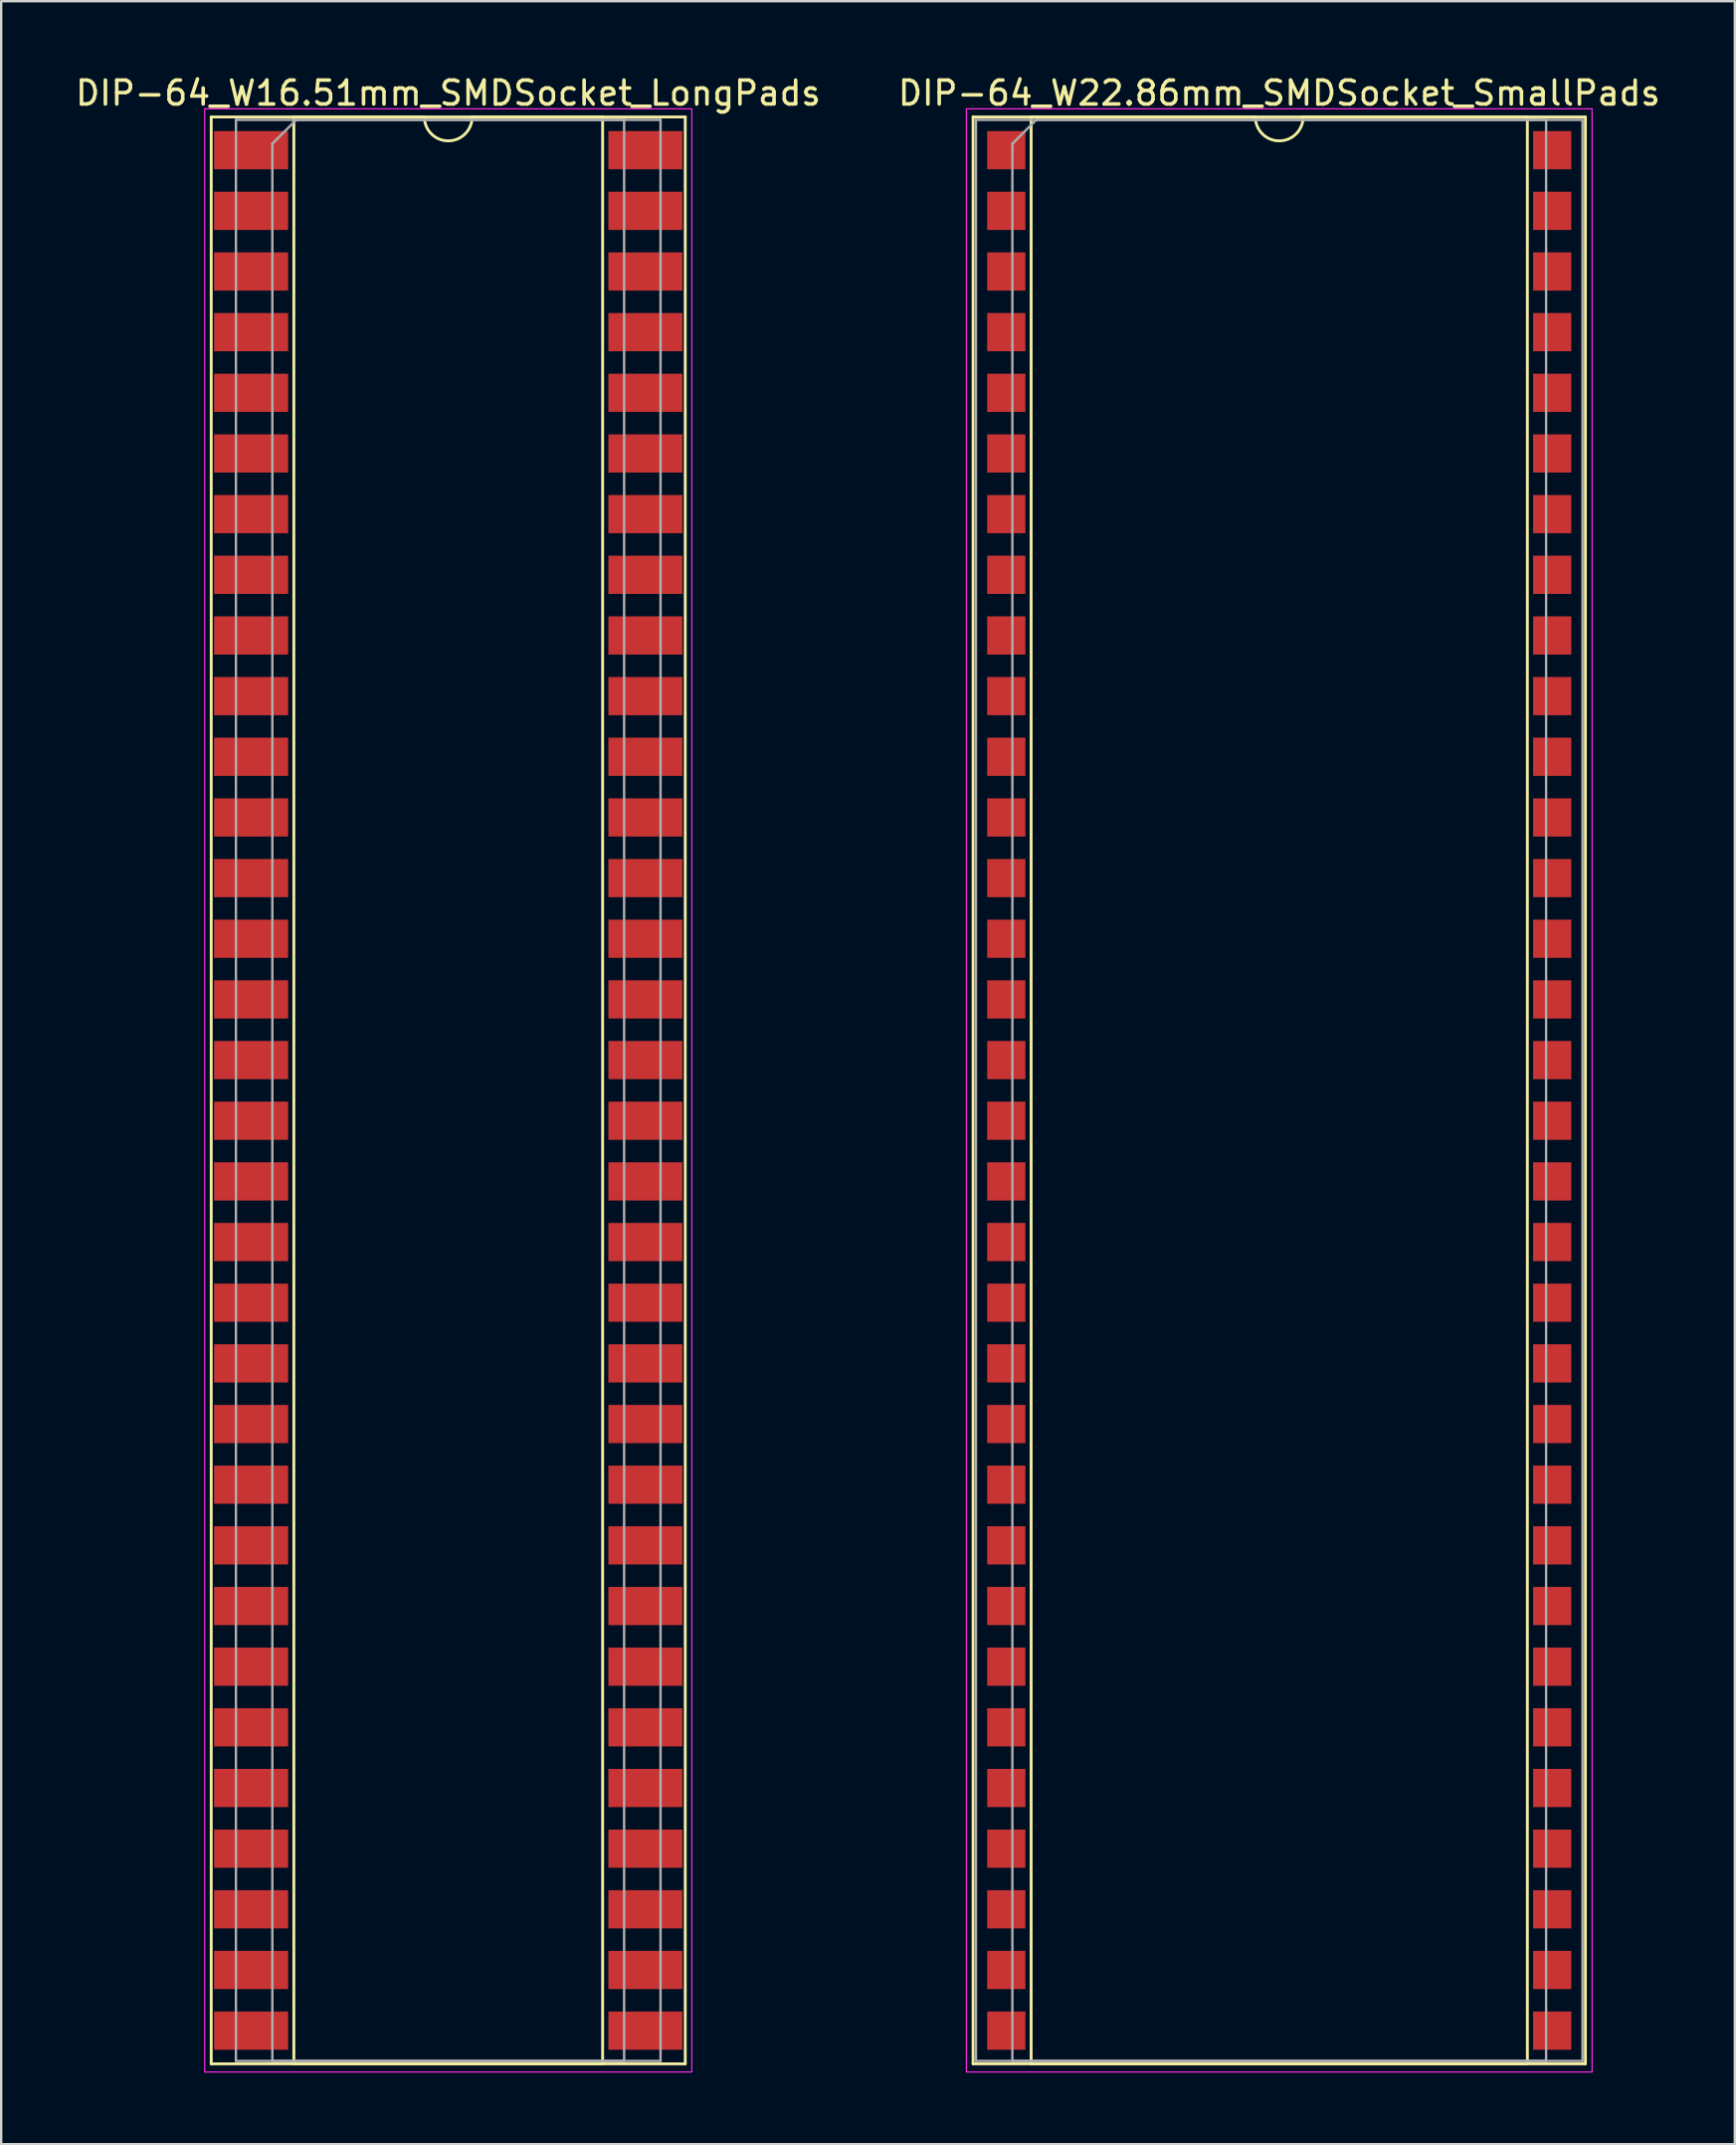
<source format=kicad_pcb>
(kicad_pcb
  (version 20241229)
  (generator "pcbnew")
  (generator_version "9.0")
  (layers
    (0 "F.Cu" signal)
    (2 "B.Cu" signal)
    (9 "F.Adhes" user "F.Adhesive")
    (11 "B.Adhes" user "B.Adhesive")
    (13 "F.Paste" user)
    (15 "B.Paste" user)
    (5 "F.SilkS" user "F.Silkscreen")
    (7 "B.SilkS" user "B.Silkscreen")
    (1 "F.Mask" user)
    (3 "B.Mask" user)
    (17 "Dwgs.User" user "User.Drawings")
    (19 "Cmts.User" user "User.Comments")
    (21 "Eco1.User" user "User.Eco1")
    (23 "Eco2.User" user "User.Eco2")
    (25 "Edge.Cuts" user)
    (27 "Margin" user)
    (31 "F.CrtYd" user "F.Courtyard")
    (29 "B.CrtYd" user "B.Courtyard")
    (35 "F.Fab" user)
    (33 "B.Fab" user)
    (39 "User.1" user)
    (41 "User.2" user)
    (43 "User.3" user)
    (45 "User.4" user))
  (footprint "DIP-64_W22.86mm_SMDSocket_SmallPads"
    (layer "F.Cu")
    (at 50.518 42.608)
    (property "Reference" "DIP-64_W22.86mm_SMDSocket_SmallPads" (at 0 -41.76 0) (layer "F.SilkS") (effects (font (size 1 1) (thickness 0.15))))
    (attr smd)
    (fp_line (start -12.82 -40.76) (end -12.82 40.76) (stroke (width 0.12) (type solid)) (layer "F.SilkS"))
    (fp_line (start -12.82 40.76) (end 12.82 40.76) (stroke (width 0.12) (type solid)) (layer "F.SilkS"))
    (fp_line (start -10.39 -40.76) (end -10.39 40.76) (stroke (width 0.12) (type solid)) (layer "F.SilkS"))
    (fp_line (start -10.39 40.76) (end 10.39 40.76) (stroke (width 0.12) (type solid)) (layer "F.SilkS"))
    (fp_line (start -1 -40.76) (end -10.39 -40.76) (stroke (width 0.12) (type solid)) (layer "F.SilkS"))
    (fp_line (start 10.39 -40.76) (end 1 -40.76) (stroke (width 0.12) (type solid)) (layer "F.SilkS"))
    (fp_line (start 10.39 40.76) (end 10.39 -40.76) (stroke (width 0.12) (type solid)) (layer "F.SilkS"))
    (fp_line (start 12.82 -40.76) (end -12.82 -40.76) (stroke (width 0.12) (type solid)) (layer "F.SilkS"))
    (fp_line (start 12.82 40.76) (end 12.82 -40.76) (stroke (width 0.12) (type solid)) (layer "F.SilkS"))
    (fp_arc (start 1 -40.76) (mid 0 -39.76) (end -1 -40.76) (stroke (width 0.12) (type solid)) (layer "F.SilkS"))
    (fp_line (start -13.1 -41.1) (end -13.1 41.1) (stroke (width 0.05) (type solid)) (layer "F.CrtYd"))
    (fp_line (start -13.1 41.1) (end 13.1 41.1) (stroke (width 0.05) (type solid)) (layer "F.CrtYd"))
    (fp_line (start 13.1 -41.1) (end -13.1 -41.1) (stroke (width 0.05) (type solid)) (layer "F.CrtYd"))
    (fp_line (start 13.1 41.1) (end 13.1 -41.1) (stroke (width 0.05) (type solid)) (layer "F.CrtYd"))
    (fp_line (start -12.7 -40.64) (end -12.7 40.64) (stroke (width 0.1) (type solid)) (layer "F.Fab"))
    (fp_line (start -12.7 40.64) (end 12.7 40.64) (stroke (width 0.1) (type solid)) (layer "F.Fab"))
    (fp_line (start -11.175 -39.64) (end -10.175 -40.64) (stroke (width 0.1) (type solid)) (layer "F.Fab"))
    (fp_line (start -11.175 40.64) (end -11.175 -39.64) (stroke (width 0.1) (type solid)) (layer "F.Fab"))
    (fp_line (start -10.175 -40.64) (end 11.175 -40.64) (stroke (width 0.1) (type solid)) (layer "F.Fab"))
    (fp_line (start 11.175 -40.64) (end 11.175 40.64) (stroke (width 0.1) (type solid)) (layer "F.Fab"))
    (fp_line (start 11.175 40.64) (end -11.175 40.64) (stroke (width 0.1) (type solid)) (layer "F.Fab"))
    (fp_line (start 12.7 -40.64) (end -12.7 -40.64) (stroke (width 0.1) (type solid)) (layer "F.Fab"))
    (fp_line (start 12.7 40.64) (end 12.7 -40.64) (stroke (width 0.1) (type solid)) (layer "F.Fab"))
    (pad "1" smd rect (at -11.43 -39.37) (size 1.6 1.6) (layers "F.Cu" "F.Mask"))
    (pad "2" smd rect (at -11.43 -36.83) (size 1.6 1.6) (layers "F.Cu" "F.Mask"))
    (pad "3" smd rect (at -11.43 -34.29) (size 1.6 1.6) (layers "F.Cu" "F.Mask"))
    (pad "4" smd rect (at -11.43 -31.75) (size 1.6 1.6) (layers "F.Cu" "F.Mask"))
    (pad "5" smd rect (at -11.43 -29.21) (size 1.6 1.6) (layers "F.Cu" "F.Mask"))
    (pad "6" smd rect (at -11.43 -26.67) (size 1.6 1.6) (layers "F.Cu" "F.Mask"))
    (pad "7" smd rect (at -11.43 -24.13) (size 1.6 1.6) (layers "F.Cu" "F.Mask"))
    (pad "8" smd rect (at -11.43 -21.59) (size 1.6 1.6) (layers "F.Cu" "F.Mask"))
    (pad "9" smd rect (at -11.43 -19.05) (size 1.6 1.6) (layers "F.Cu" "F.Mask"))
    (pad "10" smd rect (at -11.43 -16.51) (size 1.6 1.6) (layers "F.Cu" "F.Mask"))
    (pad "11" smd rect (at -11.43 -13.97) (size 1.6 1.6) (layers "F.Cu" "F.Mask"))
    (pad "12" smd rect (at -11.43 -11.43) (size 1.6 1.6) (layers "F.Cu" "F.Mask"))
    (pad "13" smd rect (at -11.43 -8.89) (size 1.6 1.6) (layers "F.Cu" "F.Mask"))
    (pad "14" smd rect (at -11.43 -6.35) (size 1.6 1.6) (layers "F.Cu" "F.Mask"))
    (pad "15" smd rect (at -11.43 -3.81) (size 1.6 1.6) (layers "F.Cu" "F.Mask"))
    (pad "16" smd rect (at -11.43 -1.27) (size 1.6 1.6) (layers "F.Cu" "F.Mask"))
    (pad "17" smd rect (at -11.43 1.27) (size 1.6 1.6) (layers "F.Cu" "F.Mask"))
    (pad "18" smd rect (at -11.43 3.81) (size 1.6 1.6) (layers "F.Cu" "F.Mask"))
    (pad "19" smd rect (at -11.43 6.35) (size 1.6 1.6) (layers "F.Cu" "F.Mask"))
    (pad "20" smd rect (at -11.43 8.89) (size 1.6 1.6) (layers "F.Cu" "F.Mask"))
    (pad "21" smd rect (at -11.43 11.43) (size 1.6 1.6) (layers "F.Cu" "F.Mask"))
    (pad "22" smd rect (at -11.43 13.97) (size 1.6 1.6) (layers "F.Cu" "F.Mask"))
    (pad "23" smd rect (at -11.43 16.51) (size 1.6 1.6) (layers "F.Cu" "F.Mask"))
    (pad "24" smd rect (at -11.43 19.05) (size 1.6 1.6) (layers "F.Cu" "F.Mask"))
    (pad "25" smd rect (at -11.43 21.59) (size 1.6 1.6) (layers "F.Cu" "F.Mask"))
    (pad "26" smd rect (at -11.43 24.13) (size 1.6 1.6) (layers "F.Cu" "F.Mask"))
    (pad "27" smd rect (at -11.43 26.67) (size 1.6 1.6) (layers "F.Cu" "F.Mask"))
    (pad "28" smd rect (at -11.43 29.21) (size 1.6 1.6) (layers "F.Cu" "F.Mask"))
    (pad "29" smd rect (at -11.43 31.75) (size 1.6 1.6) (layers "F.Cu" "F.Mask"))
    (pad "30" smd rect (at -11.43 34.29) (size 1.6 1.6) (layers "F.Cu" "F.Mask"))
    (pad "31" smd rect (at -11.43 36.83) (size 1.6 1.6) (layers "F.Cu" "F.Mask"))
    (pad "32" smd rect (at -11.43 39.37) (size 1.6 1.6) (layers "F.Cu" "F.Mask"))
    (pad "33" smd rect (at 11.43 39.37) (size 1.6 1.6) (layers "F.Cu" "F.Mask"))
    (pad "34" smd rect (at 11.43 36.83) (size 1.6 1.6) (layers "F.Cu" "F.Mask"))
    (pad "35" smd rect (at 11.43 34.29) (size 1.6 1.6) (layers "F.Cu" "F.Mask"))
    (pad "36" smd rect (at 11.43 31.75) (size 1.6 1.6) (layers "F.Cu" "F.Mask"))
    (pad "37" smd rect (at 11.43 29.21) (size 1.6 1.6) (layers "F.Cu" "F.Mask"))
    (pad "38" smd rect (at 11.43 26.67) (size 1.6 1.6) (layers "F.Cu" "F.Mask"))
    (pad "39" smd rect (at 11.43 24.13) (size 1.6 1.6) (layers "F.Cu" "F.Mask"))
    (pad "40" smd rect (at 11.43 21.59) (size 1.6 1.6) (layers "F.Cu" "F.Mask"))
    (pad "41" smd rect (at 11.43 19.05) (size 1.6 1.6) (layers "F.Cu" "F.Mask"))
    (pad "42" smd rect (at 11.43 16.51) (size 1.6 1.6) (layers "F.Cu" "F.Mask"))
    (pad "43" smd rect (at 11.43 13.97) (size 1.6 1.6) (layers "F.Cu" "F.Mask"))
    (pad "44" smd rect (at 11.43 11.43) (size 1.6 1.6) (layers "F.Cu" "F.Mask"))
    (pad "45" smd rect (at 11.43 8.89) (size 1.6 1.6) (layers "F.Cu" "F.Mask"))
    (pad "46" smd rect (at 11.43 6.35) (size 1.6 1.6) (layers "F.Cu" "F.Mask"))
    (pad "47" smd rect (at 11.43 3.81) (size 1.6 1.6) (layers "F.Cu" "F.Mask"))
    (pad "48" smd rect (at 11.43 1.27) (size 1.6 1.6) (layers "F.Cu" "F.Mask"))
    (pad "49" smd rect (at 11.43 -1.27) (size 1.6 1.6) (layers "F.Cu" "F.Mask"))
    (pad "50" smd rect (at 11.43 -3.81) (size 1.6 1.6) (layers "F.Cu" "F.Mask"))
    (pad "51" smd rect (at 11.43 -6.35) (size 1.6 1.6) (layers "F.Cu" "F.Mask"))
    (pad "52" smd rect (at 11.43 -8.89) (size 1.6 1.6) (layers "F.Cu" "F.Mask"))
    (pad "53" smd rect (at 11.43 -11.43) (size 1.6 1.6) (layers "F.Cu" "F.Mask"))
    (pad "54" smd rect (at 11.43 -13.97) (size 1.6 1.6) (layers "F.Cu" "F.Mask"))
    (pad "55" smd rect (at 11.43 -16.51) (size 1.6 1.6) (layers "F.Cu" "F.Mask"))
    (pad "56" smd rect (at 11.43 -19.05) (size 1.6 1.6) (layers "F.Cu" "F.Mask"))
    (pad "57" smd rect (at 11.43 -21.59) (size 1.6 1.6) (layers "F.Cu" "F.Mask"))
    (pad "58" smd rect (at 11.43 -24.13) (size 1.6 1.6) (layers "F.Cu" "F.Mask"))
    (pad "59" smd rect (at 11.43 -26.67) (size 1.6 1.6) (layers "F.Cu" "F.Mask"))
    (pad "60" smd rect (at 11.43 -29.21) (size 1.6 1.6) (layers "F.Cu" "F.Mask"))
    (pad "61" smd rect (at 11.43 -31.75) (size 1.6 1.6) (layers "F.Cu" "F.Mask"))
    (pad "62" smd rect (at 11.43 -34.29) (size 1.6 1.6) (layers "F.Cu" "F.Mask"))
    (pad "63" smd rect (at 11.43 -36.83) (size 1.6 1.6) (layers "F.Cu" "F.Mask"))
    (pad "64" smd rect (at 11.43 -39.37) (size 1.6 1.6) (layers "F.Cu" "F.Mask")))
  (footprint "DIP-64_W16.51mm_SMDSocket_LongPads"
    (layer "F.Cu")
    (at 15.72 42.608)
    (property "Reference" "DIP-64_W16.51mm_SMDSocket_LongPads" (at 0 -41.76 0) (layer "F.SilkS") (effects (font (size 1 1) (thickness 0.15))))
    (attr smd)
    (fp_line (start -9.925 -40.76) (end -9.925 40.76) (stroke (width 0.12) (type solid)) (layer "F.SilkS"))
    (fp_line (start -9.925 40.76) (end 9.925 40.76) (stroke (width 0.12) (type solid)) (layer "F.SilkS"))
    (fp_line (start -6.465 -40.76) (end -6.465 40.76) (stroke (width 0.12) (type solid)) (layer "F.SilkS"))
    (fp_line (start -6.465 40.76) (end 6.465 40.76) (stroke (width 0.12) (type solid)) (layer "F.SilkS"))
    (fp_line (start -1 -40.76) (end -6.465 -40.76) (stroke (width 0.12) (type solid)) (layer "F.SilkS"))
    (fp_line (start 6.465 -40.76) (end 1 -40.76) (stroke (width 0.12) (type solid)) (layer "F.SilkS"))
    (fp_line (start 6.465 40.76) (end 6.465 -40.76) (stroke (width 0.12) (type solid)) (layer "F.SilkS"))
    (fp_line (start 9.925 -40.76) (end -9.925 -40.76) (stroke (width 0.12) (type solid)) (layer "F.SilkS"))
    (fp_line (start 9.925 40.76) (end 9.925 -40.76) (stroke (width 0.12) (type solid)) (layer "F.SilkS"))
    (fp_arc (start 1 -40.76) (mid 0 -39.76) (end -1 -40.76) (stroke (width 0.12) (type solid)) (layer "F.SilkS"))
    (fp_line (start -10.2 -41.1) (end -10.2 41.1) (stroke (width 0.05) (type solid)) (layer "F.CrtYd"))
    (fp_line (start -10.2 41.1) (end 10.2 41.1) (stroke (width 0.05) (type solid)) (layer "F.CrtYd"))
    (fp_line (start 10.2 -41.1) (end -10.2 -41.1) (stroke (width 0.05) (type solid)) (layer "F.CrtYd"))
    (fp_line (start 10.2 41.1) (end 10.2 -41.1) (stroke (width 0.05) (type solid)) (layer "F.CrtYd"))
    (fp_line (start -8.89 -40.64) (end -8.89 40.64) (stroke (width 0.1) (type solid)) (layer "F.Fab"))
    (fp_line (start -8.89 40.64) (end 8.89 40.64) (stroke (width 0.1) (type solid)) (layer "F.Fab"))
    (fp_line (start -7.365 -39.64) (end -6.365 -40.64) (stroke (width 0.1) (type solid)) (layer "F.Fab"))
    (fp_line (start -7.365 40.64) (end -7.365 -39.64) (stroke (width 0.1) (type solid)) (layer "F.Fab"))
    (fp_line (start -6.365 -40.64) (end 7.365 -40.64) (stroke (width 0.1) (type solid)) (layer "F.Fab"))
    (fp_line (start 7.365 -40.64) (end 7.365 40.64) (stroke (width 0.1) (type solid)) (layer "F.Fab"))
    (fp_line (start 7.365 40.64) (end -7.365 40.64) (stroke (width 0.1) (type solid)) (layer "F.Fab"))
    (fp_line (start 8.89 -40.64) (end -8.89 -40.64) (stroke (width 0.1) (type solid)) (layer "F.Fab"))
    (fp_line (start 8.89 40.64) (end 8.89 -40.64) (stroke (width 0.1) (type solid)) (layer "F.Fab"))
    (pad "1" smd rect (at -8.255 -39.37) (size 3.1 1.6) (layers "F.Cu" "F.Mask"))
    (pad "2" smd rect (at -8.255 -36.83) (size 3.1 1.6) (layers "F.Cu" "F.Mask"))
    (pad "3" smd rect (at -8.255 -34.29) (size 3.1 1.6) (layers "F.Cu" "F.Mask"))
    (pad "4" smd rect (at -8.255 -31.75) (size 3.1 1.6) (layers "F.Cu" "F.Mask"))
    (pad "5" smd rect (at -8.255 -29.21) (size 3.1 1.6) (layers "F.Cu" "F.Mask"))
    (pad "6" smd rect (at -8.255 -26.67) (size 3.1 1.6) (layers "F.Cu" "F.Mask"))
    (pad "7" smd rect (at -8.255 -24.13) (size 3.1 1.6) (layers "F.Cu" "F.Mask"))
    (pad "8" smd rect (at -8.255 -21.59) (size 3.1 1.6) (layers "F.Cu" "F.Mask"))
    (pad "9" smd rect (at -8.255 -19.05) (size 3.1 1.6) (layers "F.Cu" "F.Mask"))
    (pad "10" smd rect (at -8.255 -16.51) (size 3.1 1.6) (layers "F.Cu" "F.Mask"))
    (pad "11" smd rect (at -8.255 -13.97) (size 3.1 1.6) (layers "F.Cu" "F.Mask"))
    (pad "12" smd rect (at -8.255 -11.43) (size 3.1 1.6) (layers "F.Cu" "F.Mask"))
    (pad "13" smd rect (at -8.255 -8.89) (size 3.1 1.6) (layers "F.Cu" "F.Mask"))
    (pad "14" smd rect (at -8.255 -6.35) (size 3.1 1.6) (layers "F.Cu" "F.Mask"))
    (pad "15" smd rect (at -8.255 -3.81) (size 3.1 1.6) (layers "F.Cu" "F.Mask"))
    (pad "16" smd rect (at -8.255 -1.27) (size 3.1 1.6) (layers "F.Cu" "F.Mask"))
    (pad "17" smd rect (at -8.255 1.27) (size 3.1 1.6) (layers "F.Cu" "F.Mask"))
    (pad "18" smd rect (at -8.255 3.81) (size 3.1 1.6) (layers "F.Cu" "F.Mask"))
    (pad "19" smd rect (at -8.255 6.35) (size 3.1 1.6) (layers "F.Cu" "F.Mask"))
    (pad "20" smd rect (at -8.255 8.89) (size 3.1 1.6) (layers "F.Cu" "F.Mask"))
    (pad "21" smd rect (at -8.255 11.43) (size 3.1 1.6) (layers "F.Cu" "F.Mask"))
    (pad "22" smd rect (at -8.255 13.97) (size 3.1 1.6) (layers "F.Cu" "F.Mask"))
    (pad "23" smd rect (at -8.255 16.51) (size 3.1 1.6) (layers "F.Cu" "F.Mask"))
    (pad "24" smd rect (at -8.255 19.05) (size 3.1 1.6) (layers "F.Cu" "F.Mask"))
    (pad "25" smd rect (at -8.255 21.59) (size 3.1 1.6) (layers "F.Cu" "F.Mask"))
    (pad "26" smd rect (at -8.255 24.13) (size 3.1 1.6) (layers "F.Cu" "F.Mask"))
    (pad "27" smd rect (at -8.255 26.67) (size 3.1 1.6) (layers "F.Cu" "F.Mask"))
    (pad "28" smd rect (at -8.255 29.21) (size 3.1 1.6) (layers "F.Cu" "F.Mask"))
    (pad "29" smd rect (at -8.255 31.75) (size 3.1 1.6) (layers "F.Cu" "F.Mask"))
    (pad "30" smd rect (at -8.255 34.29) (size 3.1 1.6) (layers "F.Cu" "F.Mask"))
    (pad "31" smd rect (at -8.255 36.83) (size 3.1 1.6) (layers "F.Cu" "F.Mask"))
    (pad "32" smd rect (at -8.255 39.37) (size 3.1 1.6) (layers "F.Cu" "F.Mask"))
    (pad "33" smd rect (at 8.255 39.37) (size 3.1 1.6) (layers "F.Cu" "F.Mask"))
    (pad "34" smd rect (at 8.255 36.83) (size 3.1 1.6) (layers "F.Cu" "F.Mask"))
    (pad "35" smd rect (at 8.255 34.29) (size 3.1 1.6) (layers "F.Cu" "F.Mask"))
    (pad "36" smd rect (at 8.255 31.75) (size 3.1 1.6) (layers "F.Cu" "F.Mask"))
    (pad "37" smd rect (at 8.255 29.21) (size 3.1 1.6) (layers "F.Cu" "F.Mask"))
    (pad "38" smd rect (at 8.255 26.67) (size 3.1 1.6) (layers "F.Cu" "F.Mask"))
    (pad "39" smd rect (at 8.255 24.13) (size 3.1 1.6) (layers "F.Cu" "F.Mask"))
    (pad "40" smd rect (at 8.255 21.59) (size 3.1 1.6) (layers "F.Cu" "F.Mask"))
    (pad "41" smd rect (at 8.255 19.05) (size 3.1 1.6) (layers "F.Cu" "F.Mask"))
    (pad "42" smd rect (at 8.255 16.51) (size 3.1 1.6) (layers "F.Cu" "F.Mask"))
    (pad "43" smd rect (at 8.255 13.97) (size 3.1 1.6) (layers "F.Cu" "F.Mask"))
    (pad "44" smd rect (at 8.255 11.43) (size 3.1 1.6) (layers "F.Cu" "F.Mask"))
    (pad "45" smd rect (at 8.255 8.89) (size 3.1 1.6) (layers "F.Cu" "F.Mask"))
    (pad "46" smd rect (at 8.255 6.35) (size 3.1 1.6) (layers "F.Cu" "F.Mask"))
    (pad "47" smd rect (at 8.255 3.81) (size 3.1 1.6) (layers "F.Cu" "F.Mask"))
    (pad "48" smd rect (at 8.255 1.27) (size 3.1 1.6) (layers "F.Cu" "F.Mask"))
    (pad "49" smd rect (at 8.255 -1.27) (size 3.1 1.6) (layers "F.Cu" "F.Mask"))
    (pad "50" smd rect (at 8.255 -3.81) (size 3.1 1.6) (layers "F.Cu" "F.Mask"))
    (pad "51" smd rect (at 8.255 -6.35) (size 3.1 1.6) (layers "F.Cu" "F.Mask"))
    (pad "52" smd rect (at 8.255 -8.89) (size 3.1 1.6) (layers "F.Cu" "F.Mask"))
    (pad "53" smd rect (at 8.255 -11.43) (size 3.1 1.6) (layers "F.Cu" "F.Mask"))
    (pad "54" smd rect (at 8.255 -13.97) (size 3.1 1.6) (layers "F.Cu" "F.Mask"))
    (pad "55" smd rect (at 8.255 -16.51) (size 3.1 1.6) (layers "F.Cu" "F.Mask"))
    (pad "56" smd rect (at 8.255 -19.05) (size 3.1 1.6) (layers "F.Cu" "F.Mask"))
    (pad "57" smd rect (at 8.255 -21.59) (size 3.1 1.6) (layers "F.Cu" "F.Mask"))
    (pad "58" smd rect (at 8.255 -24.13) (size 3.1 1.6) (layers "F.Cu" "F.Mask"))
    (pad "59" smd rect (at 8.255 -26.67) (size 3.1 1.6) (layers "F.Cu" "F.Mask"))
    (pad "60" smd rect (at 8.255 -29.21) (size 3.1 1.6) (layers "F.Cu" "F.Mask"))
    (pad "61" smd rect (at 8.255 -31.75) (size 3.1 1.6) (layers "F.Cu" "F.Mask"))
    (pad "62" smd rect (at 8.255 -34.29) (size 3.1 1.6) (layers "F.Cu" "F.Mask"))
    (pad "63" smd rect (at 8.255 -36.83) (size 3.1 1.6) (layers "F.Cu" "F.Mask"))
    (pad "64" smd rect (at 8.255 -39.37) (size 3.1 1.6) (layers "F.Cu" "F.Mask")))
  (gr_rect
    (start -3 -3)
    (end 69.595 86.733)
    (stroke (width 0.1) (type default))
    (fill no)
    (layer "Edge.Cuts")))
</source>
